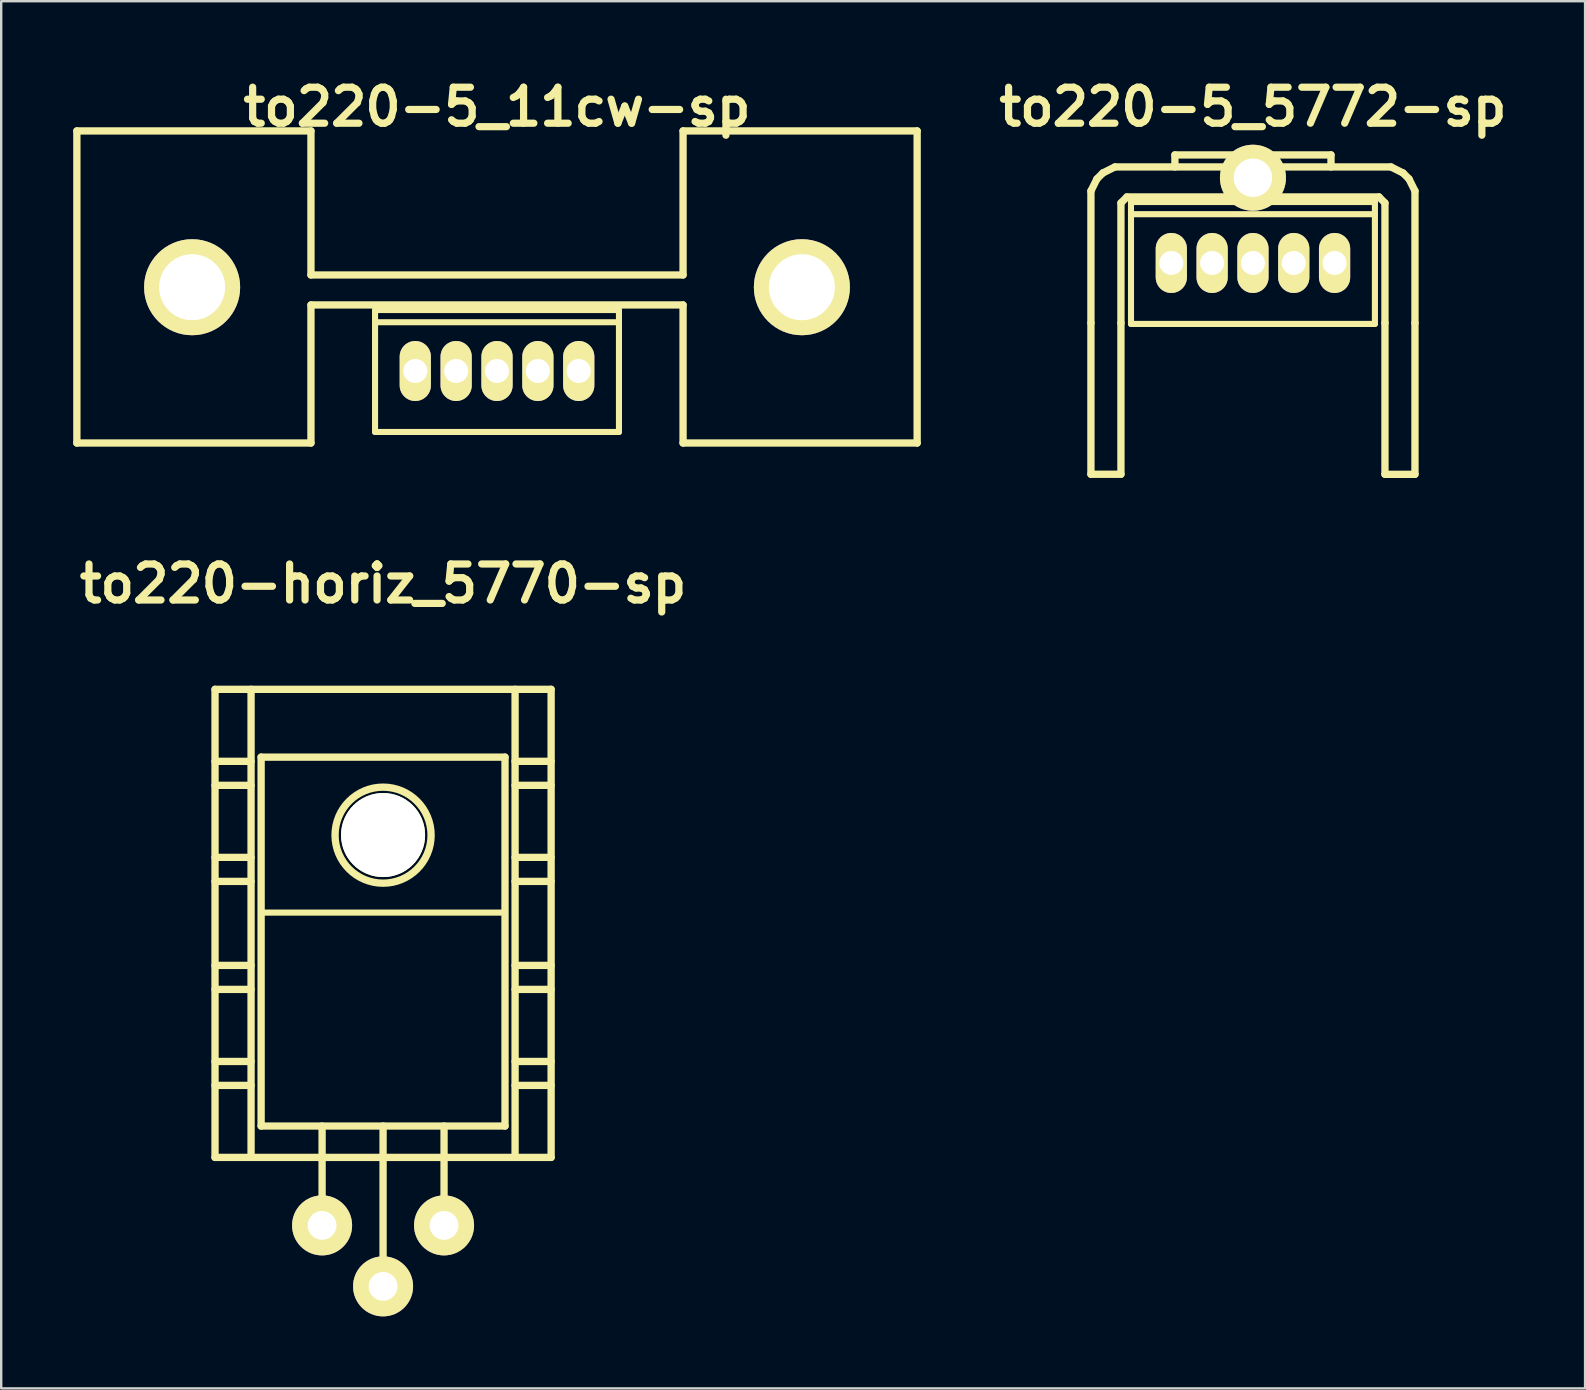
<source format=kicad_pcb>
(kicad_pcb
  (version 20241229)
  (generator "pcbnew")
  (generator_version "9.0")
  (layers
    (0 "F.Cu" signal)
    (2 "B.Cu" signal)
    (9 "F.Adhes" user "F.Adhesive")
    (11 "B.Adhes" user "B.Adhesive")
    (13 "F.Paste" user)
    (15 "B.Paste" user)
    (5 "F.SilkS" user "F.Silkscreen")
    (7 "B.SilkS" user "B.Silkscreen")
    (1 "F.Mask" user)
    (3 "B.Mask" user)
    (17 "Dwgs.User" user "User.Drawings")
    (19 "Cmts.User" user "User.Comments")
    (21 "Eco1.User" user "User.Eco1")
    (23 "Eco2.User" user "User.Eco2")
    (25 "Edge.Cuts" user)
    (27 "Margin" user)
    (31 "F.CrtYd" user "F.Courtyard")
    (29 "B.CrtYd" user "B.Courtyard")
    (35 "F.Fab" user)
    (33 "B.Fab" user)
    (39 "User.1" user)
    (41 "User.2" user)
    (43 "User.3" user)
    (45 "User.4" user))
  (footprint "to220-horiz_5770-sp"
    (layer "F.Cu")
    (at 12.907 39.664)
    (property "Reference" "to220-horiz_5770-sp" (at 0 -18.4 0) (layer "F.SilkS") (effects (font (size 1.5 1.5) (thickness 0.3))))
    (attr through_hole)
    (fp_line (start -7 -14) (end -7 5.499) (stroke (width 0.305) (type solid)) (layer "F.SilkS"))
    (fp_line (start -7 -11.001) (end -5.499 -11.001) (stroke (width 0.305) (type solid)) (layer "F.SilkS"))
    (fp_line (start -7 -10) (end -5.499 -10) (stroke (width 0.305) (type solid)) (layer "F.SilkS"))
    (fp_line (start -7 -7) (end -5.499 -7) (stroke (width 0.305) (type solid)) (layer "F.SilkS"))
    (fp_line (start -7 -5.999) (end -5.499 -5.999) (stroke (width 0.305) (type solid)) (layer "F.SilkS"))
    (fp_line (start -7 -2.499) (end -5.499 -2.499) (stroke (width 0.305) (type solid)) (layer "F.SilkS"))
    (fp_line (start -7 -1.501) (end -5.499 -1.501) (stroke (width 0.305) (type solid)) (layer "F.SilkS"))
    (fp_line (start -7 1.501) (end -5.499 1.501) (stroke (width 0.305) (type solid)) (layer "F.SilkS"))
    (fp_line (start -7 2.499) (end -5.499 2.499) (stroke (width 0.305) (type solid)) (layer "F.SilkS"))
    (fp_line (start -7 5.499) (end 7 5.499) (stroke (width 0.305) (type solid)) (layer "F.SilkS"))
    (fp_line (start -5.499 5.499) (end -5.499 -14) (stroke (width 0.305) (type solid)) (layer "F.SilkS"))
    (fp_line (start -5.08 -11.176) (end -5.08 4.191) (stroke (width 0.305) (type solid)) (layer "F.SilkS"))
    (fp_line (start -5.08 4.191) (end 5.08 4.191) (stroke (width 0.305) (type solid)) (layer "F.SilkS"))
    (fp_line (start -2.54 8.382) (end -2.54 4.191) (stroke (width 0.305) (type solid)) (layer "F.SilkS"))
    (fp_line (start 0 4.191) (end 0 10.922) (stroke (width 0.305) (type solid)) (layer "F.SilkS"))
    (fp_line (start 2.54 8.382) (end 2.54 4.191) (stroke (width 0.305) (type solid)) (layer "F.SilkS"))
    (fp_line (start 5.08 -11.176) (end -5.08 -11.176) (stroke (width 0.305) (type solid)) (layer "F.SilkS"))
    (fp_line (start 5.08 -4.699) (end -5.08 -4.699) (stroke (width 0.254) (type solid)) (layer "F.SilkS"))
    (fp_line (start 5.08 4.191) (end 5.08 -11.176) (stroke (width 0.305) (type solid)) (layer "F.SilkS"))
    (fp_line (start 5.499 -14) (end 5.499 5.499) (stroke (width 0.305) (type solid)) (layer "F.SilkS"))
    (fp_line (start 5.499 -11.001) (end 7 -11.001) (stroke (width 0.305) (type solid)) (layer "F.SilkS"))
    (fp_line (start 5.499 -10) (end 7 -10) (stroke (width 0.305) (type solid)) (layer "F.SilkS"))
    (fp_line (start 5.499 -7) (end 7 -7) (stroke (width 0.305) (type solid)) (layer "F.SilkS"))
    (fp_line (start 5.499 -5.999) (end 7 -5.999) (stroke (width 0.305) (type solid)) (layer "F.SilkS"))
    (fp_line (start 5.499 -2.499) (end 7 -2.499) (stroke (width 0.305) (type solid)) (layer "F.SilkS"))
    (fp_line (start 5.499 -1.501) (end 7 -1.501) (stroke (width 0.305) (type solid)) (layer "F.SilkS"))
    (fp_line (start 5.499 1.501) (end 7 1.501) (stroke (width 0.305) (type solid)) (layer "F.SilkS"))
    (fp_line (start 5.499 2.499) (end 7 2.499) (stroke (width 0.305) (type solid)) (layer "F.SilkS"))
    (fp_line (start 7 -14) (end -7 -14) (stroke (width 0.305) (type solid)) (layer "F.SilkS"))
    (fp_line (start 7 5.499) (end 7 -14) (stroke (width 0.305) (type solid)) (layer "F.SilkS"))
    (fp_circle (center 0 -7.925) (end -1.999 -8.001) (stroke (width 0.305) (type solid)) (fill no) (layer "F.SilkS"))
    (pad "" np_thru_hole circle (at 0 -7.93) (size 3.5 3.5) (drill 3.5) (layers "*.Cu" "*.Mask" "F.SilkS"))
    (pad "1" thru_hole circle (at -2.54 8.33) (size 2.5 2.5) (drill 1.2) (layers "*.Cu" "*.Mask" "F.SilkS"))
    (pad "2" thru_hole circle (at 0 10.87) (size 2.5 2.5) (drill 1.2) (layers "*.Cu" "*.Mask" "F.SilkS"))
    (pad "3" thru_hole circle (at 2.54 8.33) (size 2.5 2.5) (drill 1.2) (layers "*.Cu" "*.Mask" "F.SilkS")))
  (footprint "to220-5_5772-sp"
    (layer "F.Cu")
    (at 49.142 7.904)
    (property "Reference" "to220-5_5772-sp" (at 0 -6.5 0) (layer "F.SilkS") (effects (font (size 1.5 1.5) (thickness 0.3))))
    (attr through_hole)
    (fp_line (start -6.749 -3) (end -6.5 -3.5) (stroke (width 0.305) (type solid)) (layer "F.SilkS"))
    (fp_line (start -6.749 2.499) (end -6.749 -3) (stroke (width 0.305) (type solid)) (layer "F.SilkS"))
    (fp_line (start -6.749 2.499) (end -6.749 8.801) (stroke (width 0.305) (type solid)) (layer "F.SilkS"))
    (fp_line (start -6.5 -3.5) (end -6.251 -3.749) (stroke (width 0.305) (type solid)) (layer "F.SilkS"))
    (fp_line (start -6.251 -3.749) (end -5.751 -4) (stroke (width 0.305) (type solid)) (layer "F.SilkS"))
    (fp_line (start -5.499 -2.499) (end -5.25 -2.751) (stroke (width 0.305) (type solid)) (layer "F.SilkS"))
    (fp_line (start -5.499 2.499) (end -5.499 -2.499) (stroke (width 0.305) (type solid)) (layer "F.SilkS"))
    (fp_line (start -5.499 8.801) (end -6.749 8.801) (stroke (width 0.305) (type solid)) (layer "F.SilkS"))
    (fp_line (start -5.499 8.801) (end -5.499 2.499) (stroke (width 0.305) (type solid)) (layer "F.SilkS"))
    (fp_line (start -5.25 -2.751) (end 5.25 -2.751) (stroke (width 0.305) (type solid)) (layer "F.SilkS"))
    (fp_line (start -5.08 -2.54) (end -5.08 -1.27) (stroke (width 0.254) (type solid)) (layer "F.SilkS"))
    (fp_line (start -5.08 -2.032) (end 5.08 -2.032) (stroke (width 0.254) (type solid)) (layer "F.SilkS"))
    (fp_line (start -5.08 -1.27) (end -5.08 2.54) (stroke (width 0.254) (type solid)) (layer "F.SilkS"))
    (fp_line (start -5.08 2.54) (end 5.08 2.54) (stroke (width 0.254) (type solid)) (layer "F.SilkS"))
    (fp_line (start -3.251 -4.501) (end 3.251 -4.501) (stroke (width 0.305) (type solid)) (layer "F.SilkS"))
    (fp_line (start -3.251 -4) (end -3.251 -4.501) (stroke (width 0.305) (type solid)) (layer "F.SilkS"))
    (fp_line (start 3.251 -4.501) (end 3.251 -4) (stroke (width 0.305) (type solid)) (layer "F.SilkS"))
    (fp_line (start 5.08 -2.54) (end -5.08 -2.54) (stroke (width 0.254) (type solid)) (layer "F.SilkS"))
    (fp_line (start 5.08 2.54) (end 5.08 -2.54) (stroke (width 0.254) (type solid)) (layer "F.SilkS"))
    (fp_line (start 5.25 -2.751) (end 5.499 -2.499) (stroke (width 0.305) (type solid)) (layer "F.SilkS"))
    (fp_line (start 5.499 2.499) (end 5.499 -2.499) (stroke (width 0.305) (type solid)) (layer "F.SilkS"))
    (fp_line (start 5.499 8.801) (end 5.499 2.499) (stroke (width 0.305) (type solid)) (layer "F.SilkS"))
    (fp_line (start 5.751 -4) (end -5.751 -4) (stroke (width 0.305) (type solid)) (layer "F.SilkS"))
    (fp_line (start 5.751 -4) (end 6.251 -3.749) (stroke (width 0.305) (type solid)) (layer "F.SilkS"))
    (fp_line (start 6.251 -3.749) (end 6.5 -3.5) (stroke (width 0.305) (type solid)) (layer "F.SilkS"))
    (fp_line (start 6.5 -3.5) (end 6.749 -3) (stroke (width 0.305) (type solid)) (layer "F.SilkS"))
    (fp_line (start 6.749 2.499) (end 6.749 -3) (stroke (width 0.305) (type solid)) (layer "F.SilkS"))
    (fp_line (start 6.749 2.499) (end 6.749 8.801) (stroke (width 0.305) (type solid)) (layer "F.SilkS"))
    (fp_line (start 6.749 8.804) (end 5.499 8.804) (stroke (width 0.305) (type solid)) (layer "F.SilkS"))
    (pad "" thru_hole circle (at 0 -3.55) (size 2.75 2.75) (drill 1.6) (layers "*.Cu" "*.Mask" "F.SilkS"))
    (pad "1" thru_hole oval (at -3.4 0) (size 1.3 2.5) (drill 1) (layers "*.Cu" "*.Mask" "F.SilkS"))
    (pad "2" thru_hole oval (at -1.7 0) (size 1.3 2.5) (drill 1) (layers "*.Cu" "*.Mask" "F.SilkS"))
    (pad "3" thru_hole oval (at 0 0) (size 1.3 2.5) (drill 1) (layers "*.Cu" "*.Mask" "F.SilkS"))
    (pad "4" thru_hole oval (at 1.7 0) (size 1.3 2.5) (drill 1) (layers "*.Cu" "*.Mask" "F.SilkS"))
    (pad "5" thru_hole oval (at 3.4 0) (size 1.3 2.5) (drill 1) (layers "*.Cu" "*.Mask" "F.SilkS")))
  (footprint "to220-5_11cw-sp"
    (layer "F.Cu")
    (at 17.653 12.404)
    (property "Reference" "to220-5_11cw-sp" (at 0 -11 0) (layer "F.SilkS") (effects (font (size 1.5 1.5) (thickness 0.3))))
    (attr through_hole)
    (fp_line (start -17.501 -10) (end -17.501 3) (stroke (width 0.305) (type solid)) (layer "F.SilkS"))
    (fp_line (start -17.501 3) (end -7.75 3) (stroke (width 0.305) (type solid)) (layer "F.SilkS"))
    (fp_line (start -7.75 -10) (end -17.501 -10) (stroke (width 0.305) (type solid)) (layer "F.SilkS"))
    (fp_line (start -7.75 -4) (end -7.75 -10) (stroke (width 0.305) (type solid)) (layer "F.SilkS"))
    (fp_line (start -7.75 -2.751) (end 7.75 -2.751) (stroke (width 0.305) (type solid)) (layer "F.SilkS"))
    (fp_line (start -7.75 3) (end -7.75 -2.751) (stroke (width 0.305) (type solid)) (layer "F.SilkS"))
    (fp_line (start -5.08 -2.54) (end -5.08 -1.27) (stroke (width 0.254) (type solid)) (layer "F.SilkS"))
    (fp_line (start -5.08 -2.032) (end 5.08 -2.032) (stroke (width 0.254) (type solid)) (layer "F.SilkS"))
    (fp_line (start -5.08 -1.27) (end -5.08 2.54) (stroke (width 0.254) (type solid)) (layer "F.SilkS"))
    (fp_line (start -5.08 2.54) (end 5.08 2.54) (stroke (width 0.254) (type solid)) (layer "F.SilkS"))
    (fp_line (start 5.08 -2.54) (end -5.08 -2.54) (stroke (width 0.254) (type solid)) (layer "F.SilkS"))
    (fp_line (start 5.08 2.54) (end 5.08 -2.54) (stroke (width 0.254) (type solid)) (layer "F.SilkS"))
    (fp_line (start 7.75 -10) (end 7.75 -4) (stroke (width 0.305) (type solid)) (layer "F.SilkS"))
    (fp_line (start 7.75 -4) (end -7.75 -4) (stroke (width 0.305) (type solid)) (layer "F.SilkS"))
    (fp_line (start 7.75 -2.751) (end 7.75 3) (stroke (width 0.305) (type solid)) (layer "F.SilkS"))
    (fp_line (start 7.75 3) (end 17.501 3) (stroke (width 0.305) (type solid)) (layer "F.SilkS"))
    (fp_line (start 17.501 -10) (end 7.75 -10) (stroke (width 0.305) (type solid)) (layer "F.SilkS"))
    (fp_line (start 17.501 3) (end 17.501 -10) (stroke (width 0.305) (type solid)) (layer "F.SilkS"))
    (pad "" thru_hole circle (at -12.7 -3.49) (size 4 4) (drill 2.75) (layers "*.Cu" "*.Mask" "F.SilkS"))
    (pad "" thru_hole circle (at 12.7 -3.49) (size 4 4) (drill 2.75) (layers "*.Cu" "*.Mask" "F.SilkS"))
    (pad "1" thru_hole oval (at -3.404 0) (size 1.3 2.5) (drill 1) (layers "*.Cu" "*.Mask" "F.SilkS"))
    (pad "2" thru_hole oval (at -1.702 0) (size 1.3 2.5) (drill 1) (layers "*.Cu" "*.Mask" "F.SilkS"))
    (pad "3" thru_hole oval (at 0 0) (size 1.3 2.5) (drill 1) (layers "*.Cu" "*.Mask" "F.SilkS"))
    (pad "4" thru_hole oval (at 1.702 0) (size 1.3 2.5) (drill 1) (layers "*.Cu" "*.Mask" "F.SilkS"))
    (pad "5" thru_hole oval (at 3.404 0) (size 1.3 2.5) (drill 1) (layers "*.Cu" "*.Mask" "F.SilkS")))
  (gr_rect
    (start -3 -3)
    (end 62.977 54.784)
    (stroke (width 0.1) (type default))
    (fill no)
    (layer "Edge.Cuts")))
</source>
